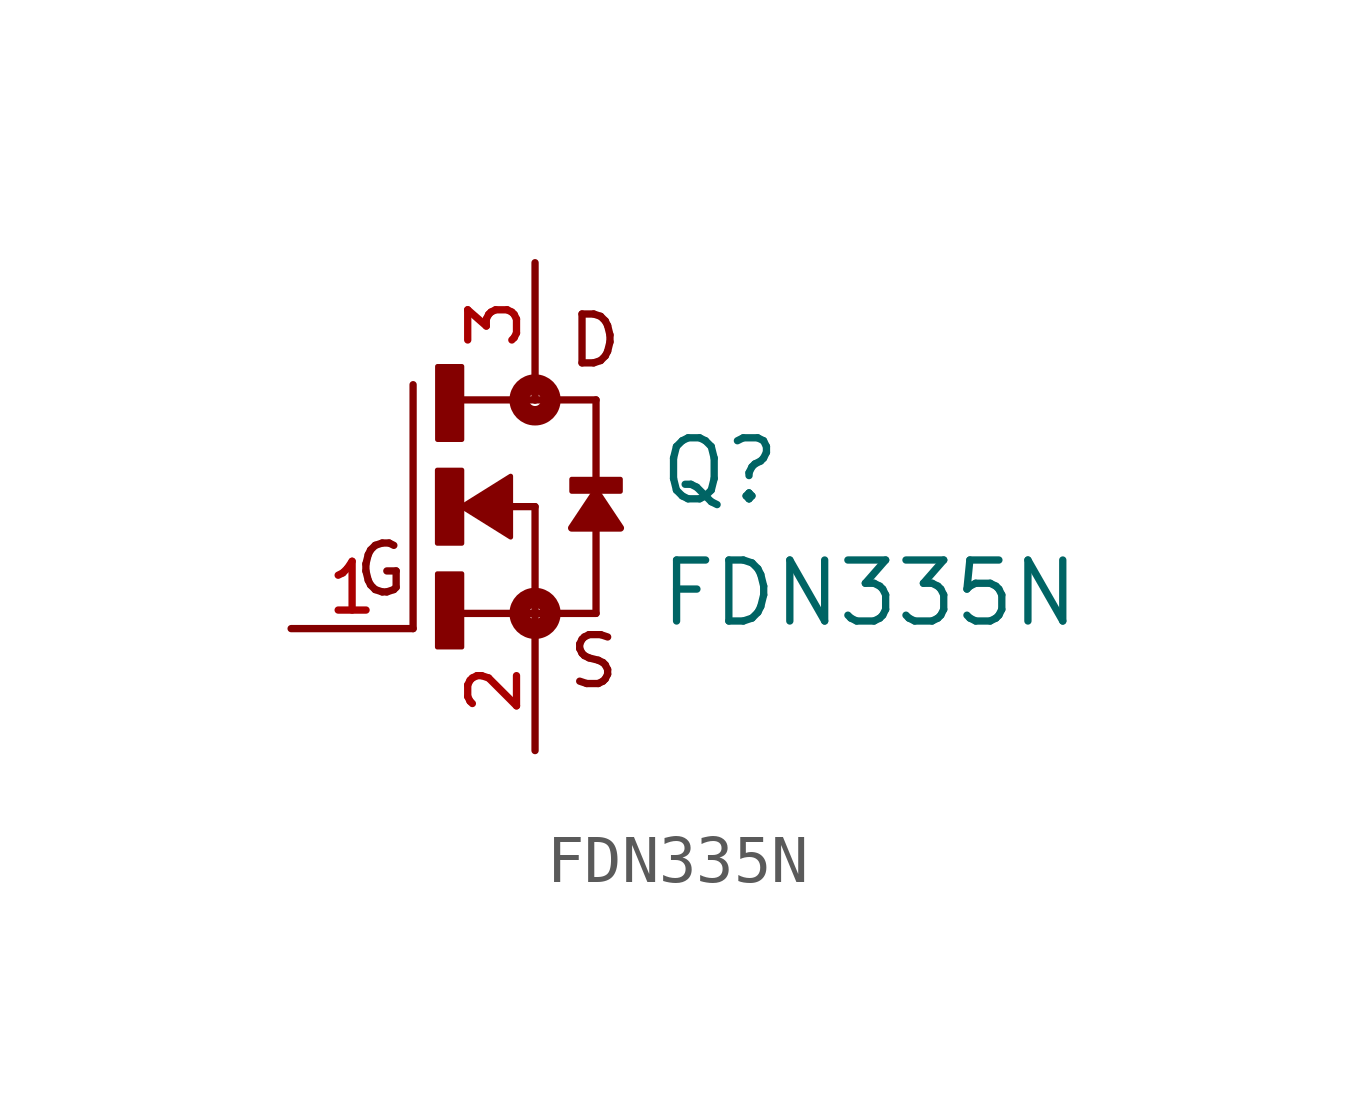
<source format=kicad_sym>
(kicad_symbol_lib
  (version 20211014)
  (generator kicad_symbol_editor)
  (symbol "FDN335N"
    (pin_names
      (offset 1.016))
    (property "Reference" "Q"
      (at 2.542 0.0 0)
      (effects (font (size 1.27 1.27)) (justify bottom left)))
    (property "Value" "FDN335N"
      (at 2.545 -2.545 0)
      (effects (font (size 1.27 1.27)) (justify bottom left)))
    (symbol "FDN335N_0_0"
      (polyline (pts (xy -0.508 0.0) (xy 0.0 0.0)) (stroke (width 0.152)))
      (polyline (pts (xy -1.587 -2.223) (xy 0.0 -2.223)) (stroke (width 0.152)))
      (polyline (pts (xy -2.54 -2.54) (xy -2.54 2.54)) (stroke (width 0.152)))
      (polyline (pts (xy 0.0 0.0) (xy 0.0 -2.223)) (stroke (width 0.152)))
      (polyline (pts (xy 1.27 -2.223) (xy 0.0 -2.223)) (stroke (width 0.152)))
      (polyline (pts (xy -1.587 2.223) (xy 0.0 2.223)) (stroke (width 0.152)))
      (polyline (pts (xy 0.0 2.223) (xy 1.27 2.223)) (stroke (width 0.152)))
      (polyline (pts (xy 0.0 -2.223) (xy 0.0 -2.54)) (stroke (width 0.152)))
      (polyline (pts (xy 1.27 2.223) (xy 1.27 -2.223)) (stroke (width 0.152)))
      (polyline (pts (xy 0.0 2.54) (xy 0.0 2.223)) (stroke (width 0.152)))
      (circle (center 0.0 -2.223) (radius 0.127) (stroke (width 0.406)) (fill (type none)))
      (circle (center 0.0 2.223) (radius 0.127) (stroke (width 0.406)) (fill (type none)))
      (text "D" (at 0.636 2.862 0) (effects (font (size 1.018 1.018)) (justify bottom left)))
      (text "S" (at 0.636 -3.816 0) (effects (font (size 1.018 1.018)) (justify bottom left)))
      (text "G" (at -3.817 -1.908 0) (effects (font (size 1.018 1.018)) (justify bottom left)))
      (rectangle (start -2.032 1.397) (end -1.524 2.921) (stroke (width 0.1)) (fill (type outline)))
      (rectangle (start -2.036 -0.764) (end -1.524 0.762) (stroke (width 0.1)) (fill (type outline)))
      (rectangle (start -2.035 -2.925) (end -1.524 -1.397) (stroke (width 0.1)) (fill (type outline)))
      (rectangle (start 0.763 0.318) (end 1.778 0.572) (stroke (width 0.1)) (fill (type outline)))
      (polyline (pts (xy -1.524 0.0) (xy -0.508 0.635) (xy -0.508 -0.635) (xy -1.524 0.0)) (stroke (width 0.102)) (fill (type outline)))
      (polyline (pts (xy 1.27 0.318) (xy 0.762 -0.445) (xy 1.778 -0.445) (xy 1.27 0.318)) (stroke (width 0.152)) (fill (type outline)))
      (pin passive line (at 0.0 5.08 270.0) (length 2.54) (name "~" (effects (font (size 1.016 1.016)))) (number "3" (effects (font (size 1.016 1.016)))))
      (pin passive line (at 0.0 -5.08 90.0) (length 2.54) (name "~" (effects (font (size 1.016 1.016)))) (number "2" (effects (font (size 1.016 1.016)))))
      (pin passive line (at -5.08 -2.54 0) (length 2.54) (name "~" (effects (font (size 1.016 1.016)))) (number "1" (effects (font (size 1.016 1.016))))))))
</source>
